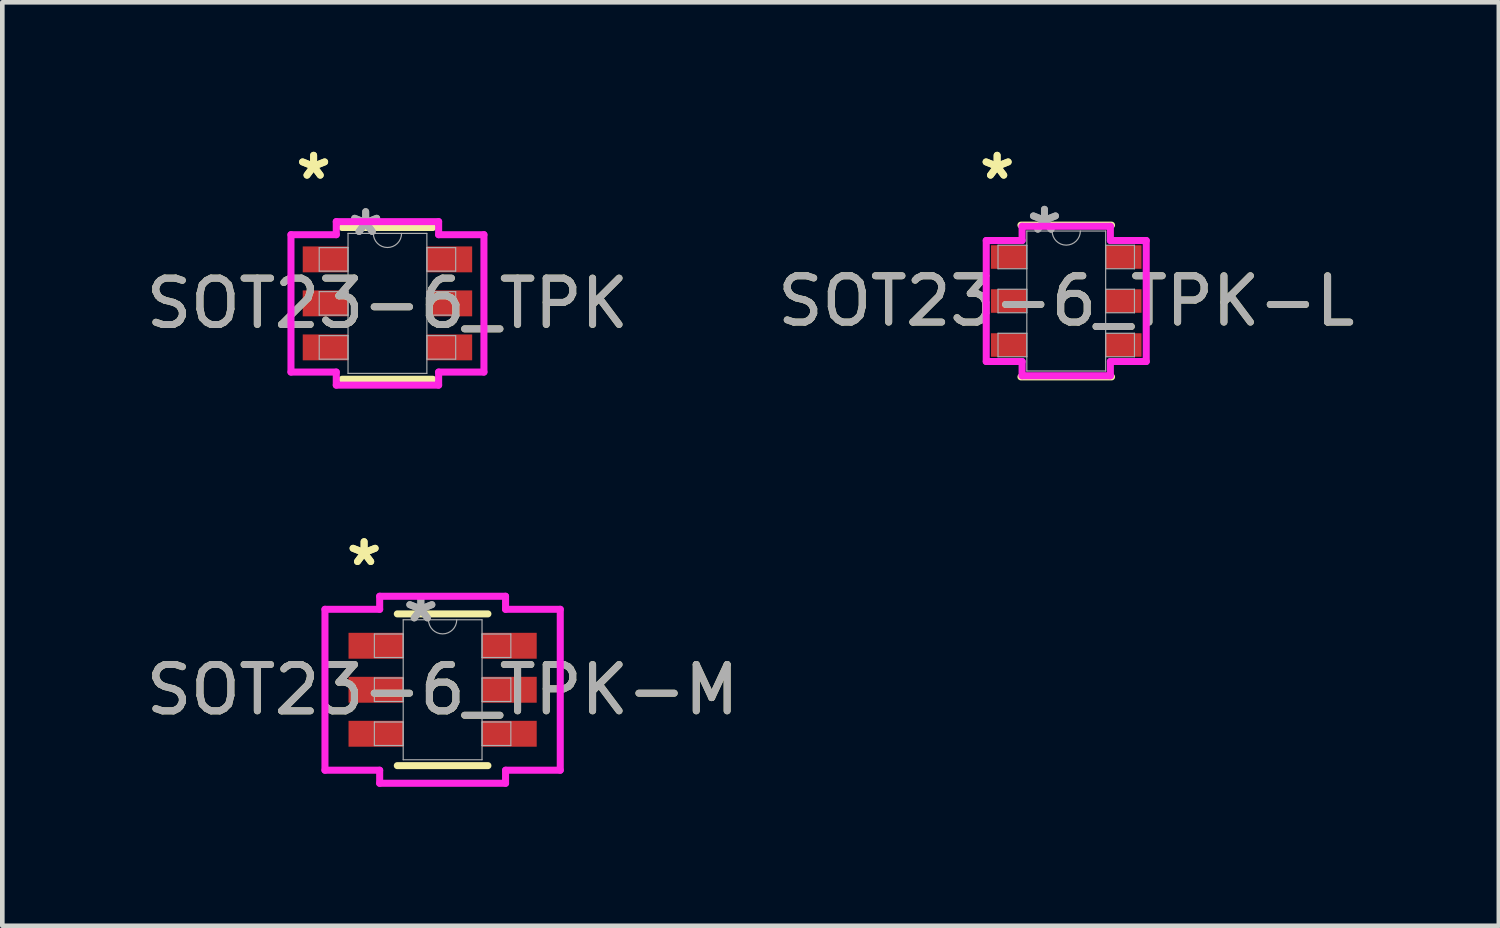
<source format=kicad_pcb>
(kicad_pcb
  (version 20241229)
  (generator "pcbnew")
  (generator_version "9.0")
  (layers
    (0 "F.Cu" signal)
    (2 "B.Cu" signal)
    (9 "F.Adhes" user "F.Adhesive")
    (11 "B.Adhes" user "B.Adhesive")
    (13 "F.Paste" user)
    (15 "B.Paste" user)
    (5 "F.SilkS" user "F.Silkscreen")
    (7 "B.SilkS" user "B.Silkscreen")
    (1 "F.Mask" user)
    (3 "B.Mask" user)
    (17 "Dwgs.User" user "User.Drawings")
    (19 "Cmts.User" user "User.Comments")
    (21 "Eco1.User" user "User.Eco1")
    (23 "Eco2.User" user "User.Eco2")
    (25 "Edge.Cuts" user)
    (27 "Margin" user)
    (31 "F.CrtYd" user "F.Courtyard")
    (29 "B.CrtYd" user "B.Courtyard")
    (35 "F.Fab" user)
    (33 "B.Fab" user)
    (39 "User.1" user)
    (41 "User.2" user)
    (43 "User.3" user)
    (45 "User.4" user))
  (footprint "SOT23-6_TPK-L"
    (layer "F.Cu")
    (at 19.97 3.449)
    (property "Reference" "SOT23-6_TPK-L" (at 0 0 0) (unlocked yes) (layer "F.SilkS") (effects (font (size 1 1) (thickness 0.15))))
    (attr smd)
    (fp_line (start -0.978 1.638) (end 0.978 1.638) (stroke (width 0.152) (type solid)) (layer "F.SilkS"))
    (fp_line (start 0.978 -1.638) (end -0.978 -1.638) (stroke (width 0.152) (type solid)) (layer "F.SilkS"))
    (fp_line (start -1.727 -1.306) (end -0.953 -1.306) (stroke (width 0.152) (type solid)) (layer "F.CrtYd"))
    (fp_line (start -1.727 1.306) (end -1.727 -1.306) (stroke (width 0.152) (type solid)) (layer "F.CrtYd"))
    (fp_line (start -1.727 1.306) (end -0.953 1.306) (stroke (width 0.152) (type solid)) (layer "F.CrtYd"))
    (fp_line (start -0.953 -1.613) (end 0.953 -1.613) (stroke (width 0.152) (type solid)) (layer "F.CrtYd"))
    (fp_line (start -0.953 -1.306) (end -0.953 -1.613) (stroke (width 0.152) (type solid)) (layer "F.CrtYd"))
    (fp_line (start -0.953 1.613) (end -0.953 1.306) (stroke (width 0.152) (type solid)) (layer "F.CrtYd"))
    (fp_line (start 0.953 -1.613) (end 0.953 -1.306) (stroke (width 0.152) (type solid)) (layer "F.CrtYd"))
    (fp_line (start 0.953 1.306) (end 0.953 1.613) (stroke (width 0.152) (type solid)) (layer "F.CrtYd"))
    (fp_line (start 0.953 1.613) (end -0.953 1.613) (stroke (width 0.152) (type solid)) (layer "F.CrtYd"))
    (fp_line (start 1.727 -1.306) (end 0.953 -1.306) (stroke (width 0.152) (type solid)) (layer "F.CrtYd"))
    (fp_line (start 1.727 -1.306) (end 1.727 1.306) (stroke (width 0.152) (type solid)) (layer "F.CrtYd"))
    (fp_line (start 1.727 1.306) (end 0.953 1.306) (stroke (width 0.152) (type solid)) (layer "F.CrtYd"))
    (fp_line (start -1.473 -1.204) (end -1.473 -0.696) (stroke (width 0.025) (type solid)) (layer "F.Fab"))
    (fp_line (start -1.473 -0.696) (end -0.851 -0.696) (stroke (width 0.025) (type solid)) (layer "F.Fab"))
    (fp_line (start -1.473 -0.254) (end -1.473 0.254) (stroke (width 0.025) (type solid)) (layer "F.Fab"))
    (fp_line (start -1.473 0.254) (end -0.851 0.254) (stroke (width 0.025) (type solid)) (layer "F.Fab"))
    (fp_line (start -1.473 0.696) (end -1.473 1.204) (stroke (width 0.025) (type solid)) (layer "F.Fab"))
    (fp_line (start -1.473 1.204) (end -0.851 1.204) (stroke (width 0.025) (type solid)) (layer "F.Fab"))
    (fp_line (start -0.851 -1.511) (end -0.851 1.511) (stroke (width 0.025) (type solid)) (layer "F.Fab"))
    (fp_line (start -0.851 -1.204) (end -1.473 -1.204) (stroke (width 0.025) (type solid)) (layer "F.Fab"))
    (fp_line (start -0.851 -0.696) (end -0.851 -1.204) (stroke (width 0.025) (type solid)) (layer "F.Fab"))
    (fp_line (start -0.851 -0.254) (end -1.473 -0.254) (stroke (width 0.025) (type solid)) (layer "F.Fab"))
    (fp_line (start -0.851 0.254) (end -0.851 -0.254) (stroke (width 0.025) (type solid)) (layer "F.Fab"))
    (fp_line (start -0.851 0.696) (end -1.473 0.696) (stroke (width 0.025) (type solid)) (layer "F.Fab"))
    (fp_line (start -0.851 1.204) (end -0.851 0.696) (stroke (width 0.025) (type solid)) (layer "F.Fab"))
    (fp_line (start -0.851 1.511) (end 0.851 1.511) (stroke (width 0.025) (type solid)) (layer "F.Fab"))
    (fp_line (start 0.851 -1.511) (end -0.851 -1.511) (stroke (width 0.025) (type solid)) (layer "F.Fab"))
    (fp_line (start 0.851 -1.204) (end 0.851 -0.696) (stroke (width 0.025) (type solid)) (layer "F.Fab"))
    (fp_line (start 0.851 -0.696) (end 1.473 -0.696) (stroke (width 0.025) (type solid)) (layer "F.Fab"))
    (fp_line (start 0.851 -0.254) (end 0.851 0.254) (stroke (width 0.025) (type solid)) (layer "F.Fab"))
    (fp_line (start 0.851 0.254) (end 1.473 0.254) (stroke (width 0.025) (type solid)) (layer "F.Fab"))
    (fp_line (start 0.851 0.696) (end 0.851 1.204) (stroke (width 0.025) (type solid)) (layer "F.Fab"))
    (fp_line (start 0.851 1.204) (end 1.473 1.204) (stroke (width 0.025) (type solid)) (layer "F.Fab"))
    (fp_line (start 0.851 1.511) (end 0.851 -1.511) (stroke (width 0.025) (type solid)) (layer "F.Fab"))
    (fp_line (start 1.473 -1.204) (end 0.851 -1.204) (stroke (width 0.025) (type solid)) (layer "F.Fab"))
    (fp_line (start 1.473 -0.696) (end 1.473 -1.204) (stroke (width 0.025) (type solid)) (layer "F.Fab"))
    (fp_line (start 1.473 -0.254) (end 0.851 -0.254) (stroke (width 0.025) (type solid)) (layer "F.Fab"))
    (fp_line (start 1.473 0.254) (end 1.473 -0.254) (stroke (width 0.025) (type solid)) (layer "F.Fab"))
    (fp_line (start 1.473 0.696) (end 0.851 0.696) (stroke (width 0.025) (type solid)) (layer "F.Fab"))
    (fp_line (start 1.473 1.204) (end 1.473 0.696) (stroke (width 0.025) (type solid)) (layer "F.Fab"))
    (fp_arc (start 0.3048 -1.5113) (mid 0 -1.2065) (end -0.3048 -1.5113) (stroke (width 0.0254) (type solid)) (layer "F.Fab"))
    (fp_text user "*" (at -1.492 -2.601 0) (unlocked yes) (layer "F.SilkS") (effects (font (size 1 1) (thickness 0.15))))
    (fp_text user "*" (at -1.492 -2.601 0) (layer "F.SilkS") (effects (font (size 1 1) (thickness 0.15))))
    (fp_text user "*" (at -0.47 -1.435 0) (unlocked yes) (layer "F.Fab") (effects (font (size 1 1) (thickness 0.15))))
    (fp_text user "*" (at -0.47 -1.435 0) (layer "F.Fab") (effects (font (size 1 1) (thickness 0.15))))
    (fp_text user "${REFERENCE}" (at 0 0 0) (unlocked yes) (layer "F.Fab") (effects (font (size 1 1) (thickness 0.15))))
    (pad "1" smd rect (at -1.238 -0.95) (size 0.775 0.508) (layers "F.Cu" "F.Mask" "F.Paste"))
    (pad "2" smd rect (at -1.238 0) (size 0.775 0.508) (layers "F.Cu" "F.Mask" "F.Paste"))
    (pad "3" smd rect (at -1.238 0.95) (size 0.775 0.508) (layers "F.Cu" "F.Mask" "F.Paste"))
    (pad "4" smd rect (at 1.238 0.95) (size 0.775 0.508) (layers "F.Cu" "F.Mask" "F.Paste"))
    (pad "5" smd rect (at 1.238 0) (size 0.775 0.508) (layers "F.Cu" "F.Mask" "F.Paste"))
    (pad "6" smd rect (at 1.238 -0.95) (size 0.775 0.508) (layers "F.Cu" "F.Mask" "F.Paste")))
  (footprint "SOT23-6_TPK-M"
    (layer "F.Cu")
    (at 6.506 11.842)
    (property "Reference" "SOT23-6_TPK-M" (at 0 0 0) (unlocked yes) (layer "F.SilkS") (effects (font (size 1 1) (thickness 0.15))))
    (attr smd)
    (fp_line (start -0.978 1.638) (end 0.978 1.638) (stroke (width 0.152) (type solid)) (layer "F.SilkS"))
    (fp_line (start 0.978 -1.638) (end -0.978 -1.638) (stroke (width 0.152) (type solid)) (layer "F.SilkS"))
    (fp_line (start -2.54 -1.737) (end -1.359 -1.737) (stroke (width 0.152) (type solid)) (layer "F.CrtYd"))
    (fp_line (start -2.54 1.737) (end -2.54 -1.737) (stroke (width 0.152) (type solid)) (layer "F.CrtYd"))
    (fp_line (start -2.54 1.737) (end -1.359 1.737) (stroke (width 0.152) (type solid)) (layer "F.CrtYd"))
    (fp_line (start -1.359 -2.019) (end 1.359 -2.019) (stroke (width 0.152) (type solid)) (layer "F.CrtYd"))
    (fp_line (start -1.359 -1.737) (end -1.359 -2.019) (stroke (width 0.152) (type solid)) (layer "F.CrtYd"))
    (fp_line (start -1.359 2.019) (end -1.359 1.737) (stroke (width 0.152) (type solid)) (layer "F.CrtYd"))
    (fp_line (start 1.359 -2.019) (end 1.359 -1.737) (stroke (width 0.152) (type solid)) (layer "F.CrtYd"))
    (fp_line (start 1.359 1.737) (end 1.359 2.019) (stroke (width 0.152) (type solid)) (layer "F.CrtYd"))
    (fp_line (start 1.359 2.019) (end -1.359 2.019) (stroke (width 0.152) (type solid)) (layer "F.CrtYd"))
    (fp_line (start 2.54 -1.737) (end 1.359 -1.737) (stroke (width 0.152) (type solid)) (layer "F.CrtYd"))
    (fp_line (start 2.54 -1.737) (end 2.54 1.737) (stroke (width 0.152) (type solid)) (layer "F.CrtYd"))
    (fp_line (start 2.54 1.737) (end 1.359 1.737) (stroke (width 0.152) (type solid)) (layer "F.CrtYd"))
    (fp_line (start -1.473 -1.204) (end -1.473 -0.696) (stroke (width 0.025) (type solid)) (layer "F.Fab"))
    (fp_line (start -1.473 -0.696) (end -0.851 -0.696) (stroke (width 0.025) (type solid)) (layer "F.Fab"))
    (fp_line (start -1.473 -0.254) (end -1.473 0.254) (stroke (width 0.025) (type solid)) (layer "F.Fab"))
    (fp_line (start -1.473 0.254) (end -0.851 0.254) (stroke (width 0.025) (type solid)) (layer "F.Fab"))
    (fp_line (start -1.473 0.696) (end -1.473 1.204) (stroke (width 0.025) (type solid)) (layer "F.Fab"))
    (fp_line (start -1.473 1.204) (end -0.851 1.204) (stroke (width 0.025) (type solid)) (layer "F.Fab"))
    (fp_line (start -0.851 -1.511) (end -0.851 1.511) (stroke (width 0.025) (type solid)) (layer "F.Fab"))
    (fp_line (start -0.851 -1.204) (end -1.473 -1.204) (stroke (width 0.025) (type solid)) (layer "F.Fab"))
    (fp_line (start -0.851 -0.696) (end -0.851 -1.204) (stroke (width 0.025) (type solid)) (layer "F.Fab"))
    (fp_line (start -0.851 -0.254) (end -1.473 -0.254) (stroke (width 0.025) (type solid)) (layer "F.Fab"))
    (fp_line (start -0.851 0.254) (end -0.851 -0.254) (stroke (width 0.025) (type solid)) (layer "F.Fab"))
    (fp_line (start -0.851 0.696) (end -1.473 0.696) (stroke (width 0.025) (type solid)) (layer "F.Fab"))
    (fp_line (start -0.851 1.204) (end -0.851 0.696) (stroke (width 0.025) (type solid)) (layer "F.Fab"))
    (fp_line (start -0.851 1.511) (end 0.851 1.511) (stroke (width 0.025) (type solid)) (layer "F.Fab"))
    (fp_line (start 0.851 -1.511) (end -0.851 -1.511) (stroke (width 0.025) (type solid)) (layer "F.Fab"))
    (fp_line (start 0.851 -1.204) (end 0.851 -0.696) (stroke (width 0.025) (type solid)) (layer "F.Fab"))
    (fp_line (start 0.851 -0.696) (end 1.473 -0.696) (stroke (width 0.025) (type solid)) (layer "F.Fab"))
    (fp_line (start 0.851 -0.254) (end 0.851 0.254) (stroke (width 0.025) (type solid)) (layer "F.Fab"))
    (fp_line (start 0.851 0.254) (end 1.473 0.254) (stroke (width 0.025) (type solid)) (layer "F.Fab"))
    (fp_line (start 0.851 0.696) (end 0.851 1.204) (stroke (width 0.025) (type solid)) (layer "F.Fab"))
    (fp_line (start 0.851 1.204) (end 1.473 1.204) (stroke (width 0.025) (type solid)) (layer "F.Fab"))
    (fp_line (start 0.851 1.511) (end 0.851 -1.511) (stroke (width 0.025) (type solid)) (layer "F.Fab"))
    (fp_line (start 1.473 -1.204) (end 0.851 -1.204) (stroke (width 0.025) (type solid)) (layer "F.Fab"))
    (fp_line (start 1.473 -0.696) (end 1.473 -1.204) (stroke (width 0.025) (type solid)) (layer "F.Fab"))
    (fp_line (start 1.473 -0.254) (end 0.851 -0.254) (stroke (width 0.025) (type solid)) (layer "F.Fab"))
    (fp_line (start 1.473 0.254) (end 1.473 -0.254) (stroke (width 0.025) (type solid)) (layer "F.Fab"))
    (fp_line (start 1.473 0.696) (end 0.851 0.696) (stroke (width 0.025) (type solid)) (layer "F.Fab"))
    (fp_line (start 1.473 1.204) (end 1.473 0.696) (stroke (width 0.025) (type solid)) (layer "F.Fab"))
    (fp_arc (start 0.3048 -1.5113) (mid 0 -1.2065) (end -0.3048 -1.5113) (stroke (width 0.0254) (type solid)) (layer "F.Fab"))
    (fp_text user "*" (at -1.695 -2.652 0) (layer "F.SilkS") (effects (font (size 1 1) (thickness 0.15))))
    (fp_text user "*" (at -1.695 -2.652 0) (unlocked yes) (layer "F.SilkS") (effects (font (size 1 1) (thickness 0.15))))
    (fp_text user "${REFERENCE}" (at 0 0 0) (unlocked yes) (layer "F.Fab") (effects (font (size 1 1) (thickness 0.15))))
    (fp_text user "*" (at -0.47 -1.435 0) (unlocked yes) (layer "F.Fab") (effects (font (size 1 1) (thickness 0.15))))
    (fp_text user "*" (at -0.47 -1.435 0) (layer "F.Fab") (effects (font (size 1 1) (thickness 0.15))))
    (pad "1" smd rect (at -1.441 -0.95) (size 1.181 0.559) (layers "F.Cu" "F.Mask" "F.Paste"))
    (pad "2" smd rect (at -1.441 0) (size 1.181 0.559) (layers "F.Cu" "F.Mask" "F.Paste"))
    (pad "3" smd rect (at -1.441 0.95) (size 1.181 0.559) (layers "F.Cu" "F.Mask" "F.Paste"))
    (pad "4" smd rect (at 1.441 0.95) (size 1.181 0.559) (layers "F.Cu" "F.Mask" "F.Paste"))
    (pad "5" smd rect (at 1.441 0) (size 1.181 0.559) (layers "F.Cu" "F.Mask" "F.Paste"))
    (pad "6" smd rect (at 1.441 -0.95) (size 1.181 0.559) (layers "F.Cu" "F.Mask" "F.Paste")))
  (footprint "SOT23-6_TPK"
    (layer "F.Cu")
    (at 5.315 3.5)
    (property "Reference" "SOT23-6_TPK" (at 0 0 0) (unlocked yes) (layer "F.SilkS") (effects (font (size 1 1) (thickness 0.15))))
    (attr smd)
    (fp_line (start -0.978 1.638) (end 0.978 1.638) (stroke (width 0.152) (type solid)) (layer "F.SilkS"))
    (fp_line (start 0.978 -1.638) (end -0.978 -1.638) (stroke (width 0.152) (type solid)) (layer "F.SilkS"))
    (fp_line (start -2.083 -1.483) (end -1.105 -1.483) (stroke (width 0.152) (type solid)) (layer "F.CrtYd"))
    (fp_line (start -2.083 1.483) (end -2.083 -1.483) (stroke (width 0.152) (type solid)) (layer "F.CrtYd"))
    (fp_line (start -2.083 1.483) (end -1.105 1.483) (stroke (width 0.152) (type solid)) (layer "F.CrtYd"))
    (fp_line (start -1.105 -1.765) (end 1.105 -1.765) (stroke (width 0.152) (type solid)) (layer "F.CrtYd"))
    (fp_line (start -1.105 -1.483) (end -1.105 -1.765) (stroke (width 0.152) (type solid)) (layer "F.CrtYd"))
    (fp_line (start -1.105 1.765) (end -1.105 1.483) (stroke (width 0.152) (type solid)) (layer "F.CrtYd"))
    (fp_line (start 1.105 -1.765) (end 1.105 -1.483) (stroke (width 0.152) (type solid)) (layer "F.CrtYd"))
    (fp_line (start 1.105 1.483) (end 1.105 1.765) (stroke (width 0.152) (type solid)) (layer "F.CrtYd"))
    (fp_line (start 1.105 1.765) (end -1.105 1.765) (stroke (width 0.152) (type solid)) (layer "F.CrtYd"))
    (fp_line (start 2.083 -1.483) (end 1.105 -1.483) (stroke (width 0.152) (type solid)) (layer "F.CrtYd"))
    (fp_line (start 2.083 -1.483) (end 2.083 1.483) (stroke (width 0.152) (type solid)) (layer "F.CrtYd"))
    (fp_line (start 2.083 1.483) (end 1.105 1.483) (stroke (width 0.152) (type solid)) (layer "F.CrtYd"))
    (fp_line (start -1.473 -1.204) (end -1.473 -0.696) (stroke (width 0.025) (type solid)) (layer "F.Fab"))
    (fp_line (start -1.473 -0.696) (end -0.851 -0.696) (stroke (width 0.025) (type solid)) (layer "F.Fab"))
    (fp_line (start -1.473 -0.254) (end -1.473 0.254) (stroke (width 0.025) (type solid)) (layer "F.Fab"))
    (fp_line (start -1.473 0.254) (end -0.851 0.254) (stroke (width 0.025) (type solid)) (layer "F.Fab"))
    (fp_line (start -1.473 0.696) (end -1.473 1.204) (stroke (width 0.025) (type solid)) (layer "F.Fab"))
    (fp_line (start -1.473 1.204) (end -0.851 1.204) (stroke (width 0.025) (type solid)) (layer "F.Fab"))
    (fp_line (start -0.851 -1.511) (end -0.851 1.511) (stroke (width 0.025) (type solid)) (layer "F.Fab"))
    (fp_line (start -0.851 -1.204) (end -1.473 -1.204) (stroke (width 0.025) (type solid)) (layer "F.Fab"))
    (fp_line (start -0.851 -0.696) (end -0.851 -1.204) (stroke (width 0.025) (type solid)) (layer "F.Fab"))
    (fp_line (start -0.851 -0.254) (end -1.473 -0.254) (stroke (width 0.025) (type solid)) (layer "F.Fab"))
    (fp_line (start -0.851 0.254) (end -0.851 -0.254) (stroke (width 0.025) (type solid)) (layer "F.Fab"))
    (fp_line (start -0.851 0.696) (end -1.473 0.696) (stroke (width 0.025) (type solid)) (layer "F.Fab"))
    (fp_line (start -0.851 1.204) (end -0.851 0.696) (stroke (width 0.025) (type solid)) (layer "F.Fab"))
    (fp_line (start -0.851 1.511) (end 0.851 1.511) (stroke (width 0.025) (type solid)) (layer "F.Fab"))
    (fp_line (start 0.851 -1.511) (end -0.851 -1.511) (stroke (width 0.025) (type solid)) (layer "F.Fab"))
    (fp_line (start 0.851 -1.204) (end 0.851 -0.696) (stroke (width 0.025) (type solid)) (layer "F.Fab"))
    (fp_line (start 0.851 -0.696) (end 1.473 -0.696) (stroke (width 0.025) (type solid)) (layer "F.Fab"))
    (fp_line (start 0.851 -0.254) (end 0.851 0.254) (stroke (width 0.025) (type solid)) (layer "F.Fab"))
    (fp_line (start 0.851 0.254) (end 1.473 0.254) (stroke (width 0.025) (type solid)) (layer "F.Fab"))
    (fp_line (start 0.851 0.696) (end 0.851 1.204) (stroke (width 0.025) (type solid)) (layer "F.Fab"))
    (fp_line (start 0.851 1.204) (end 1.473 1.204) (stroke (width 0.025) (type solid)) (layer "F.Fab"))
    (fp_line (start 0.851 1.511) (end 0.851 -1.511) (stroke (width 0.025) (type solid)) (layer "F.Fab"))
    (fp_line (start 1.473 -1.204) (end 0.851 -1.204) (stroke (width 0.025) (type solid)) (layer "F.Fab"))
    (fp_line (start 1.473 -0.696) (end 1.473 -1.204) (stroke (width 0.025) (type solid)) (layer "F.Fab"))
    (fp_line (start 1.473 -0.254) (end 0.851 -0.254) (stroke (width 0.025) (type solid)) (layer "F.Fab"))
    (fp_line (start 1.473 0.254) (end 1.473 -0.254) (stroke (width 0.025) (type solid)) (layer "F.Fab"))
    (fp_line (start 1.473 0.696) (end 0.851 0.696) (stroke (width 0.025) (type solid)) (layer "F.Fab"))
    (fp_line (start 1.473 1.204) (end 1.473 0.696) (stroke (width 0.025) (type solid)) (layer "F.Fab"))
    (fp_arc (start 0.3048 -1.5113) (mid 0 -1.2065) (end -0.3048 -1.5113) (stroke (width 0.0254) (type solid)) (layer "F.Fab"))
    (fp_text user "*" (at -1.594 -2.652 0) (layer "F.SilkS") (effects (font (size 1 1) (thickness 0.15))))
    (fp_text user "*" (at -1.594 -2.652 0) (unlocked yes) (layer "F.SilkS") (effects (font (size 1 1) (thickness 0.15))))
    (fp_text user "*" (at -0.47 -1.435 0) (layer "F.Fab") (effects (font (size 1 1) (thickness 0.15))))
    (fp_text user "${REFERENCE}" (at 0 0 0) (unlocked yes) (layer "F.Fab") (effects (font (size 1 1) (thickness 0.15))))
    (fp_text user "*" (at -0.47 -1.435 0) (unlocked yes) (layer "F.Fab") (effects (font (size 1 1) (thickness 0.15))))
    (pad "1" smd rect (at -1.34 -0.95) (size 0.978 0.559) (layers "F.Cu" "F.Mask" "F.Paste"))
    (pad "2" smd rect (at -1.34 0) (size 0.978 0.559) (layers "F.Cu" "F.Mask" "F.Paste"))
    (pad "3" smd rect (at -1.34 0.95) (size 0.978 0.559) (layers "F.Cu" "F.Mask" "F.Paste"))
    (pad "4" smd rect (at 1.34 0.95) (size 0.978 0.559) (layers "F.Cu" "F.Mask" "F.Paste"))
    (pad "5" smd rect (at 1.34 0) (size 0.978 0.559) (layers "F.Cu" "F.Mask" "F.Paste"))
    (pad "6" smd rect (at 1.34 -0.95) (size 0.978 0.559) (layers "F.Cu" "F.Mask" "F.Paste")))
  (gr_rect
    (start -3 -3)
    (end 29.31 16.937)
    (stroke (width 0.1) (type default))
    (fill no)
    (layer "Edge.Cuts")))
</source>
